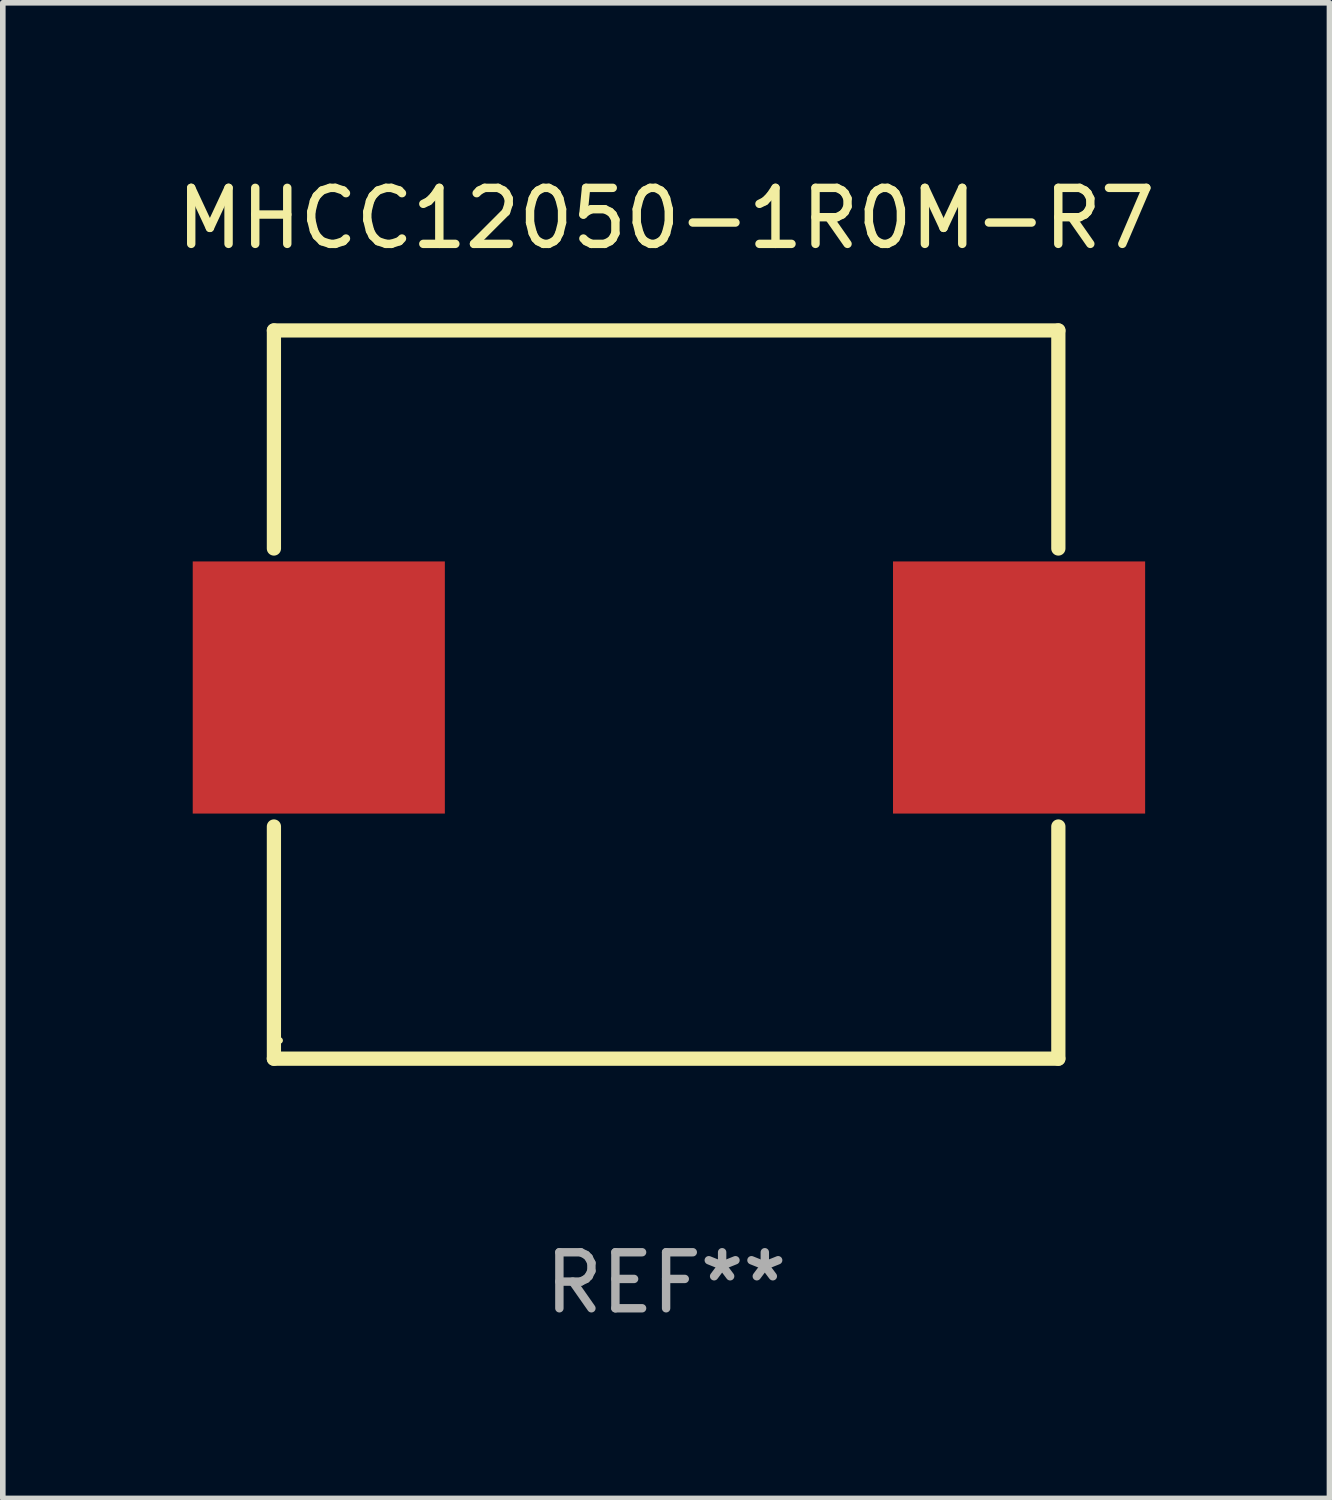
<source format=kicad_pcb>
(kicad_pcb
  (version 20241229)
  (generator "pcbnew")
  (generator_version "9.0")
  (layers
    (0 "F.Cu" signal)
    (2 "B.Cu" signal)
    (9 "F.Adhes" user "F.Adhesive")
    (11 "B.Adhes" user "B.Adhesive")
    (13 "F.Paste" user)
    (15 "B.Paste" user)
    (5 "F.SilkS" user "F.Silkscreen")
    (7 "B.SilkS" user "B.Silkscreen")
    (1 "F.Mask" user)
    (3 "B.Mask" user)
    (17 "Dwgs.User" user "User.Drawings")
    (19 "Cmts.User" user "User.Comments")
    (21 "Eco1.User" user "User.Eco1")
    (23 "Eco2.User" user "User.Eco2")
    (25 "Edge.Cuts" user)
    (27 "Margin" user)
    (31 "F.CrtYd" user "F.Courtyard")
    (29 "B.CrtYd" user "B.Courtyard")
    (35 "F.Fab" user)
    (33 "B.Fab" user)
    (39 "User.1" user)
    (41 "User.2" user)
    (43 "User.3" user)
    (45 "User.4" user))
  (footprint "MHCC12050-1R0M-R7"
    (layer "F.Cu")
    (at 8.839 9.347)
    (property "Reference" "MHCC12050-1R0M-R7" (at 0 -8.499 0) (layer "F.SilkS") (effects (font (size 1 1) (thickness 0.15))))
    (attr through_hole)
    (fp_line (start -7 -6.499) (end -7 -2.607) (stroke (width 0.254) (type solid)) (layer "F.SilkS"))
    (fp_line (start -7 -6.499) (end 7.001 -6.499) (stroke (width 0.254) (type solid)) (layer "F.SilkS"))
    (fp_line (start -7 2.355) (end -7 6.499) (stroke (width 0.254) (type solid)) (layer "F.SilkS"))
    (fp_line (start 7 6.499) (end -7.001 6.499) (stroke (width 0.254) (type solid)) (layer "F.SilkS"))
    (fp_line (start 7.001 -6.499) (end 7.001 -2.607) (stroke (width 0.254) (type solid)) (layer "F.SilkS"))
    (fp_line (start 7.001 2.355) (end 7.001 6.499) (stroke (width 0.254) (type solid)) (layer "F.SilkS"))
    (fp_circle (center -6.899 6.174) (end -6.869 6.174) (stroke (width 0.06) (type solid)) (fill no) (layer "F.SilkS"))
    (fp_text user "REF**" (at 0 10.499 0) (layer "F.Fab") (effects (font (size 1 1) (thickness 0.15))))
    (pad "1" smd rect (at -6.199 -0.126) (size 4.5 4.5) (layers "F.Cu" "F.Mask" "F.Paste"))
    (pad "2" smd rect (at 6.3 -0.126) (size 4.5 4.5) (layers "F.Cu" "F.Mask" "F.Paste")))
  (gr_rect
    (start -3 -3)
    (end 20.679 23.695)
    (stroke (width 0.1) (type default))
    (fill no)
    (layer "Edge.Cuts")))
</source>
